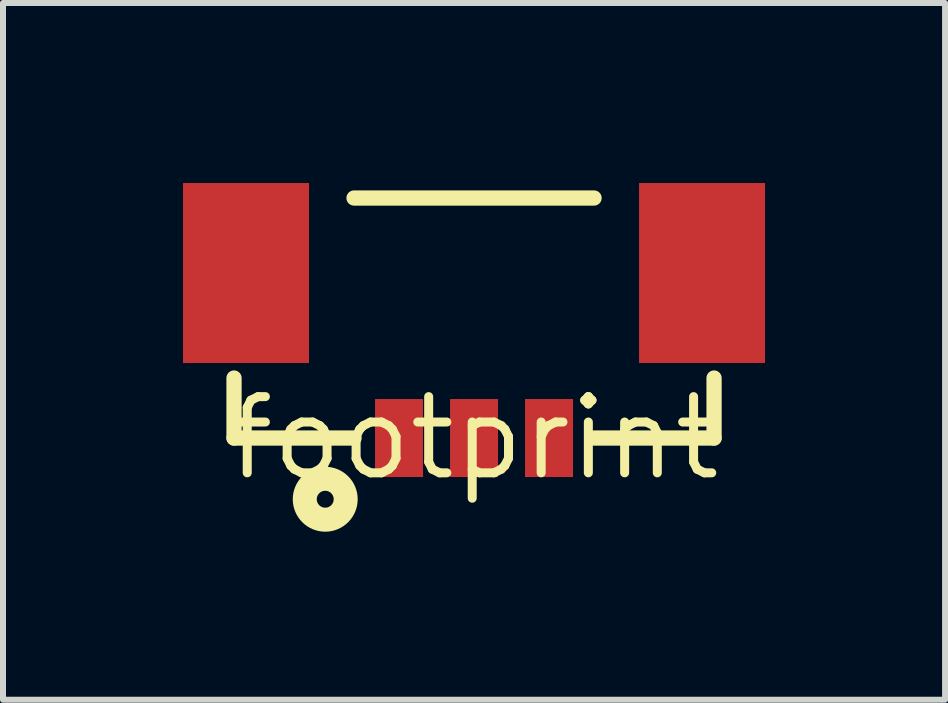
<source format=kicad_pcb>
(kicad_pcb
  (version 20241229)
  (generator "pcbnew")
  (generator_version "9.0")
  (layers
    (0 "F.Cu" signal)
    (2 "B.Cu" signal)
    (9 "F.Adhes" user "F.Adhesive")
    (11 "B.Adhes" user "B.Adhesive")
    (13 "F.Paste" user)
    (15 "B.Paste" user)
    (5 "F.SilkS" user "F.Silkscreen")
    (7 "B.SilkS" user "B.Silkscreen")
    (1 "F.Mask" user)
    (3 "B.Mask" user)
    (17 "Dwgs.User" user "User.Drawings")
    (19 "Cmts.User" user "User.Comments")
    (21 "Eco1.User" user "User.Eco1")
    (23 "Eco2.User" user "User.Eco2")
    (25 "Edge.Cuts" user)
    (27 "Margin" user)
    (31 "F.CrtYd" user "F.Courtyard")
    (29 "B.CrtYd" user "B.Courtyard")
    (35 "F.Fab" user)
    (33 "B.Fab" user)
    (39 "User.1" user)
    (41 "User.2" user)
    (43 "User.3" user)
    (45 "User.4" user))
  (footprint "footprint"
    (layer "F.Cu")
    (at 4.85 4.25)
    (property "Reference" "footprint" (at 0 0 0) (layer "F.SilkS") (effects (font (size 1.27 1.27) (thickness 0.15))))
    (fp_line (start -4 0) (end -4 -1) (stroke (width 0.254) (type solid)) (layer "F.SilkS"))
    (fp_line (start -2 -4) (end 2 -4) (stroke (width 0.254) (type solid)) (layer "F.SilkS"))
    (fp_line (start -2 0) (end -4 0) (stroke (width 0.254) (type solid)) (layer "F.SilkS"))
    (fp_line (start 2 0) (end 4 0) (stroke (width 0.254) (type solid)) (layer "F.SilkS"))
    (fp_line (start 4 0) (end 4 -1) (stroke (width 0.254) (type solid)) (layer "F.SilkS"))
    (fp_circle (center -2.48 1.02) (end -2.339 1.02) (stroke (width 0.4) (type solid)) (fill no) (layer "F.SilkS"))
    (pad "1" smd rect (at -1.25 0 90) (size 1.3 0.8) (layers "F.Cu" "F.Mask" "F.Paste"))
    (pad "2" smd rect (at 0 0 90) (size 1.3 0.8) (layers "F.Cu" "F.Mask" "F.Paste"))
    (pad "3" smd rect (at 1.25 0 90) (size 1.3 0.8) (layers "F.Cu" "F.Mask" "F.Paste"))
    (pad "NC1" smd rect (at -3.8 -2.75) (size 2.1 3) (layers "F.Cu" "F.Mask" "F.Paste"))
    (pad "NC2" smd rect (at 3.8 -2.75) (size 2.1 3) (layers "F.Cu" "F.Mask" "F.Paste")))
  (gr_rect
    (start -3 -3)
    (end 12.7 8.611)
    (stroke (width 0.1) (type default))
    (fill no)
    (layer "Edge.Cuts")))
</source>
